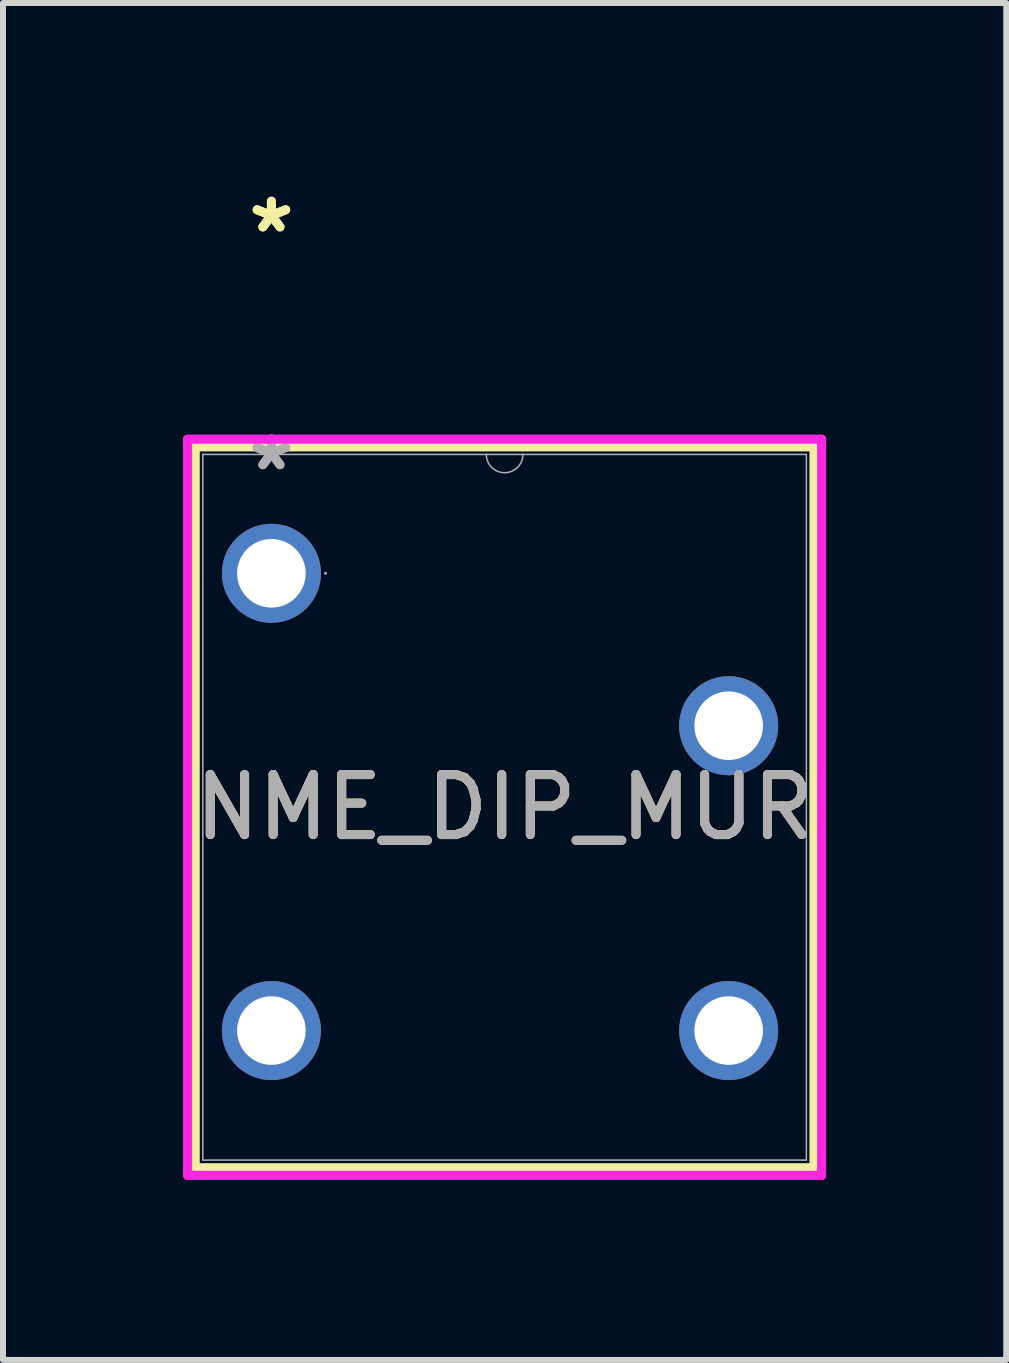
<source format=kicad_pcb>
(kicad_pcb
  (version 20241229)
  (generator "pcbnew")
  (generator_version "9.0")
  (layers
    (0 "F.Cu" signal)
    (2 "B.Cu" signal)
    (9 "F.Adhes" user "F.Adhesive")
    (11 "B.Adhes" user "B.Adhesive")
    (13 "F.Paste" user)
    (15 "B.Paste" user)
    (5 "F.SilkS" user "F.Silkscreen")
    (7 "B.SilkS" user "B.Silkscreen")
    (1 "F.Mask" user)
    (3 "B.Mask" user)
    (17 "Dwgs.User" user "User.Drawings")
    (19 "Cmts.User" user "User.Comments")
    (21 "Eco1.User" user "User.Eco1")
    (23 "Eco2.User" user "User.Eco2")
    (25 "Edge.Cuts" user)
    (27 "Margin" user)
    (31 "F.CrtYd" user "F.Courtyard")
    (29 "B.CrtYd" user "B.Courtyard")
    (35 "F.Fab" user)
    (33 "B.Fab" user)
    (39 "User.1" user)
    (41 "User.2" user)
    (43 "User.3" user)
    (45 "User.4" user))
  (footprint "NME_DIP_MUR"
    (layer "F.Cu")
    (at 1.473 6.504)
    (property "Reference" "NME_DIP_MUR" (at 3.886 3.899 0) (unlocked yes) (layer "F.SilkS") (effects (font (size 1 1) (thickness 0.15))))
    (attr through_hole)
    (fp_line (start -1.27 -2.108) (end -1.27 9.906) (stroke (width 0.152) (type solid)) (layer "F.SilkS"))
    (fp_line (start -1.27 9.906) (end 9.042 9.906) (stroke (width 0.152) (type solid)) (layer "F.SilkS"))
    (fp_line (start 9.042 -2.108) (end -1.27 -2.108) (stroke (width 0.152) (type solid)) (layer "F.SilkS"))
    (fp_line (start 9.042 9.906) (end 9.042 -2.108) (stroke (width 0.152) (type solid)) (layer "F.SilkS"))
    (fp_line (start -1.397 -2.235) (end 9.169 -2.235) (stroke (width 0.152) (type solid)) (layer "F.CrtYd"))
    (fp_line (start -1.397 10.033) (end -1.397 -2.235) (stroke (width 0.152) (type solid)) (layer "F.CrtYd"))
    (fp_line (start 9.169 -2.235) (end 9.169 10.033) (stroke (width 0.152) (type solid)) (layer "F.CrtYd"))
    (fp_line (start 9.169 10.033) (end -1.397 10.033) (stroke (width 0.152) (type solid)) (layer "F.CrtYd"))
    (fp_line (start -1.143 -1.981) (end -1.143 9.779) (stroke (width 0.025) (type solid)) (layer "F.Fab"))
    (fp_line (start -1.143 9.779) (end 8.915 9.779) (stroke (width 0.025) (type solid)) (layer "F.Fab"))
    (fp_line (start 8.915 -1.981) (end -1.143 -1.981) (stroke (width 0.025) (type solid)) (layer "F.Fab"))
    (fp_line (start 8.915 9.779) (end 8.915 -1.981) (stroke (width 0.025) (type solid)) (layer "F.Fab"))
    (fp_arc (start 4.191 -1.9812) (mid 3.8862 -1.6764) (end 3.5814 -1.9812) (stroke (width 0.0254) (type solid)) (layer "F.Fab"))
    (fp_circle (center 0.902 0) (end 0.902 0) (stroke (width 0.025) (type solid)) (fill no) (layer "F.Fab"))
    (fp_text user "*" (at 0 -5.656 0) (layer "F.SilkS") (effects (font (size 1 1) (thickness 0.15))))
    (fp_text user "*" (at 0 -5.656 0) (unlocked yes) (layer "F.SilkS") (effects (font (size 1 1) (thickness 0.15))))
    (fp_text user "*" (at 0 -1.693 0) (unlocked yes) (layer "F.Fab") (effects (font (size 1 1) (thickness 0.15))))
    (fp_text user "${REFERENCE}" (at 3.886 3.899 0) (unlocked yes) (layer "F.Fab") (effects (font (size 1 1) (thickness 0.15))))
    (fp_text user "*" (at 0 -1.693 0) (layer "F.Fab") (effects (font (size 1 1) (thickness 0.15))))
    (pad "1" thru_hole circle (at 0 0) (size 1.651 1.651) (drill 1.143) (layers "*.Cu" "*.Mask"))
    (pad "4" thru_hole circle (at 0 7.62) (size 1.651 1.651) (drill 1.143) (layers "*.Cu" "*.Mask"))
    (pad "5" thru_hole circle (at 7.62 7.62) (size 1.651 1.651) (drill 1.143) (layers "*.Cu" "*.Mask"))
    (pad "7" thru_hole circle (at 7.62 2.54) (size 1.651 1.651) (drill 1.143) (layers "*.Cu" "*.Mask")))
  (gr_rect
    (start -3 -3)
    (end 13.719 19.613)
    (stroke (width 0.1) (type default))
    (fill no)
    (layer "Edge.Cuts")))
</source>
